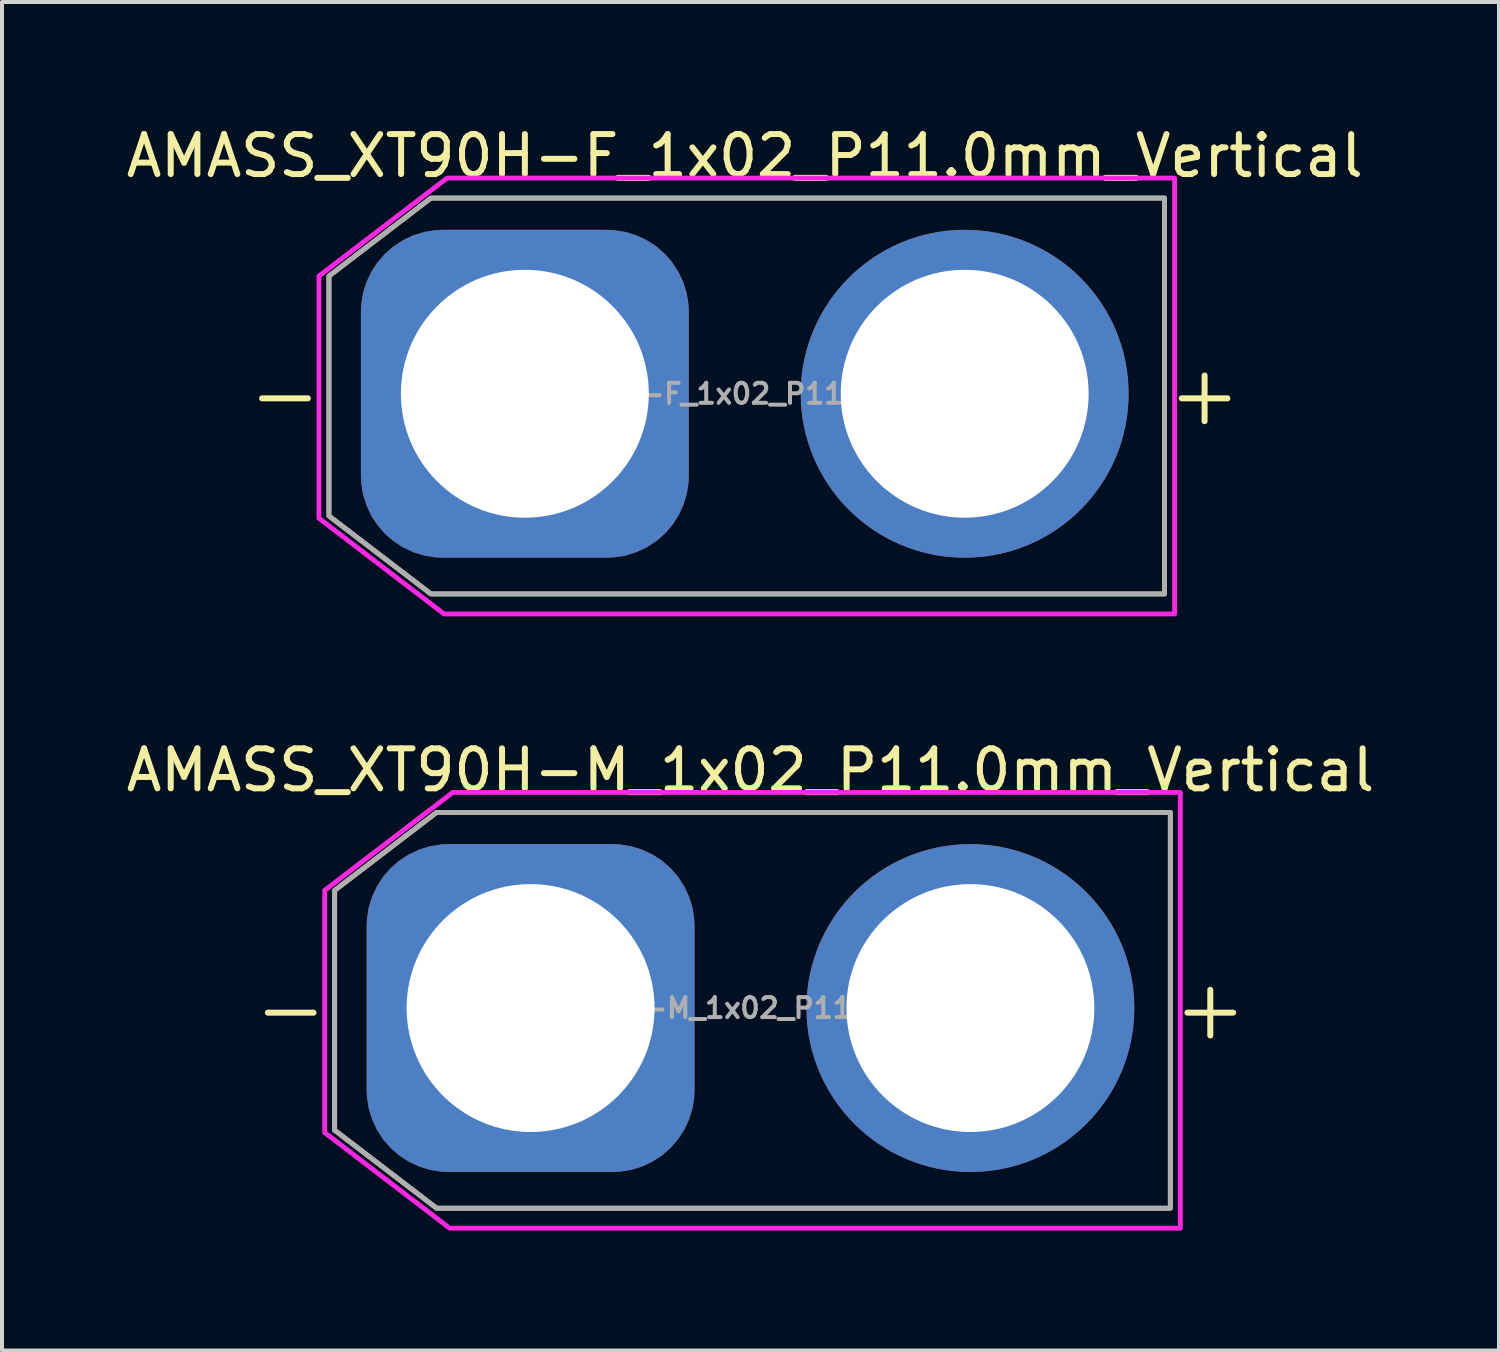
<source format=kicad_pcb>
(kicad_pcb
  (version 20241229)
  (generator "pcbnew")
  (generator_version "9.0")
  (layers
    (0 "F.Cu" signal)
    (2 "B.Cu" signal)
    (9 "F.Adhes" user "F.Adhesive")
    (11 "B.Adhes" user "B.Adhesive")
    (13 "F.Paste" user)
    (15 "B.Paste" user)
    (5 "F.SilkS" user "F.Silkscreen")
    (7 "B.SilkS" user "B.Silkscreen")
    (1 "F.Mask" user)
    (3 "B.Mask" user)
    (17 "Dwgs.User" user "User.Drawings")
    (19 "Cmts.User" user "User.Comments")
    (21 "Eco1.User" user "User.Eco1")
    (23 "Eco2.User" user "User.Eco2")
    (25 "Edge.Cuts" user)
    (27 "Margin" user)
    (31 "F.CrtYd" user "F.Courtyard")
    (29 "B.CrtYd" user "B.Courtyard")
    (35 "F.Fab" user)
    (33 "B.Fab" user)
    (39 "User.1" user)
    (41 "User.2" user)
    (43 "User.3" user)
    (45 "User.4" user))
  (footprint "AMASS_XT90H-M_1x02_P11.0mm_Vertical"
    (layer "F.Cu")
    (at 10.22 22.162)
    (property "Reference" "AMASS_XT90H-M_1x02_P11.0mm_Vertical" (at 5.5 -5.95 180) (layer "F.SilkS") (effects (font (size 1 1) (thickness 0.15))))
    (fp_poly (pts (xy -2.35 5.006) (xy 16 5.006) (xy 16 -4.894) (xy -2.35 -4.894) (xy -4.9 -2.944) (xy -4.9 3.056)) (stroke (width 0.12) (type solid)) (fill no) (layer "F.SilkS"))
    (fp_poly (pts (xy -2.023 5.506) (xy 16.25 5.506) (xy 16.25 -5.394) (xy -1.946 -5.394) (xy -5.15 -2.944) (xy -5.15 3.114)) (stroke (width 0.12) (type solid)) (fill no) (layer "F.CrtYd"))
    (fp_poly (pts (xy -2.35 5.006) (xy 16 5.006) (xy 16 -4.894) (xy -2.35 -4.894) (xy -4.9 -2.944) (xy -4.9 3.056)) (stroke (width 0.12) (type solid)) (fill no) (layer "F.Fab"))
    (fp_text user "-" (at -6 0 0) (layer "F.SilkS") (effects (font (size 1.5 1.5) (thickness 0.15))))
    (fp_text user "+" (at 17 0 0) (layer "F.SilkS") (effects (font (size 1.5 1.5) (thickness 0.15))))
    (fp_text user "${REFERENCE}" (at 5.5 0 180) (layer "F.Fab") (effects (font (size 0.5 0.5) (thickness 0.1))))
    (pad "1" thru_hole roundrect (at 0 0) (size 8.2 8.2) (drill 6.2) (layers "*.Cu" "*.Mask") (roundrect_rratio 0.25))
    (pad "2" thru_hole circle (at 11 0) (size 8.2 8.2) (drill 6.2) (layers "*.Cu" "*.Mask")))
  (footprint "AMASS_XT90H-F_1x02_P11.0mm_Vertical"
    (layer "F.Cu")
    (at 10.077 6.798)
    (property "Reference" "AMASS_XT90H-F_1x02_P11.0mm_Vertical" (at 5.5 -5.95 180) (layer "F.SilkS") (effects (font (size 1 1) (thickness 0.15))))
    (fp_poly (pts (xy -2.35 5.006) (xy 16 5.006) (xy 16 -4.894) (xy -2.35 -4.894) (xy -4.9 -2.944) (xy -4.9 3.056)) (stroke (width 0.12) (type solid)) (fill no) (layer "F.SilkS"))
    (fp_poly (pts (xy -2.023 5.506) (xy 16.25 5.506) (xy 16.25 -5.394) (xy -1.946 -5.394) (xy -5.15 -2.944) (xy -5.15 3.114)) (stroke (width 0.12) (type solid)) (fill no) (layer "F.CrtYd"))
    (fp_poly (pts (xy -2.35 5.006) (xy 16 5.006) (xy 16 -4.894) (xy -2.35 -4.894) (xy -4.9 -2.944) (xy -4.9 3.056)) (stroke (width 0.12) (type solid)) (fill no) (layer "F.Fab"))
    (fp_text user "-" (at -6 0 0) (layer "F.SilkS") (effects (font (size 1.5 1.5) (thickness 0.15))))
    (fp_text user "+" (at 17 0 0) (layer "F.SilkS") (effects (font (size 1.5 1.5) (thickness 0.15))))
    (fp_text user "${REFERENCE}" (at 5.5 0 180) (layer "F.Fab") (effects (font (size 0.5 0.5) (thickness 0.1))))
    (pad "1" thru_hole roundrect (at 0 0) (size 8.2 8.2) (drill 6.2) (layers "*.Cu" "*.Mask") (roundrect_rratio 0.25))
    (pad "2" thru_hole circle (at 11 0) (size 8.2 8.2) (drill 6.2) (layers "*.Cu" "*.Mask")))
  (gr_rect
    (start -3 -3)
    (end 34.44 30.728)
    (stroke (width 0.1) (type default))
    (fill no)
    (layer "Edge.Cuts")))
</source>
